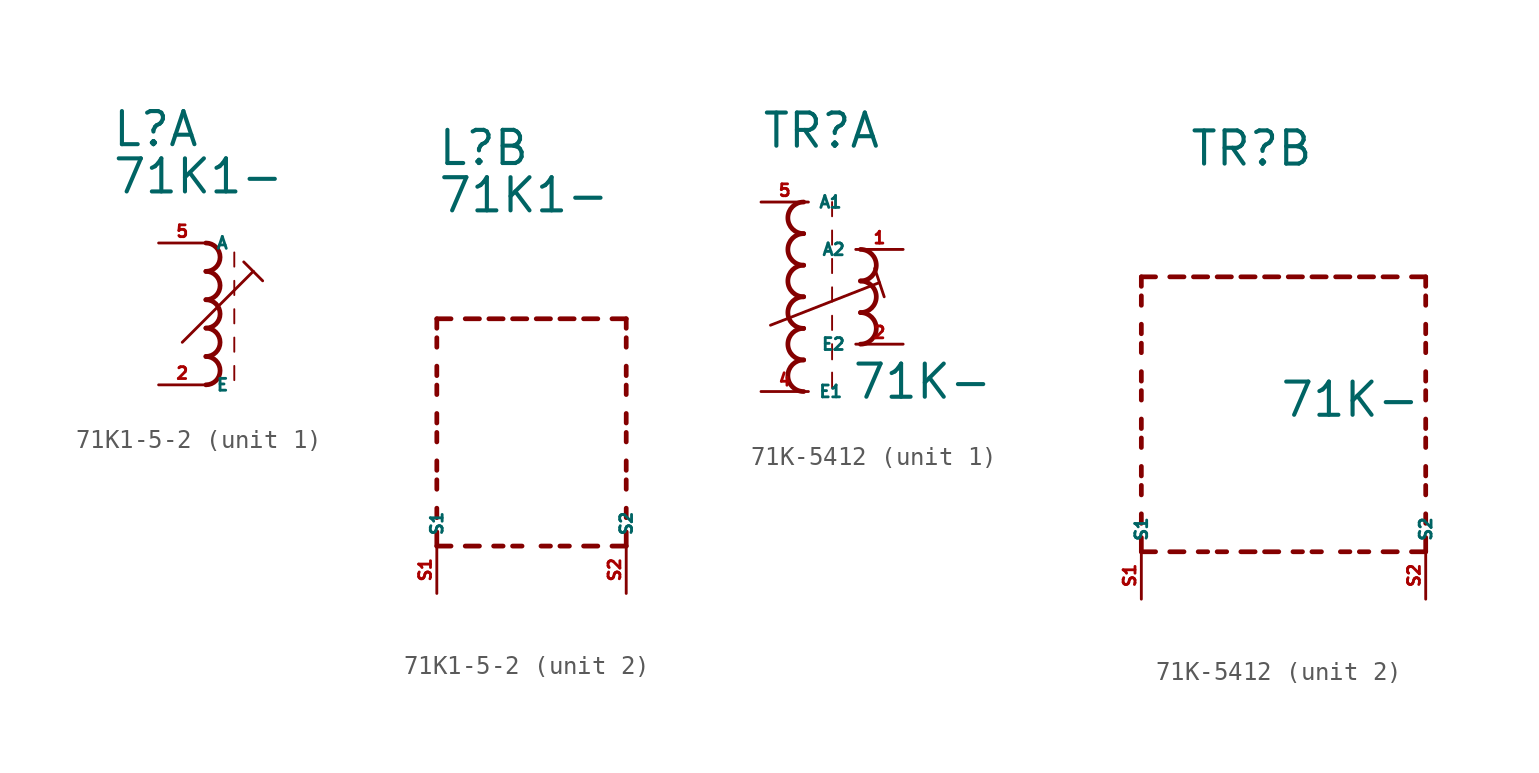
<source format=kicad_sym>
(kicad_symbol_lib
  (version 20220914)
  (generator kicad_symbol_editor)
  (symbol "71K1-5-2"
    (property "Reference" "L"
      (at -5.08 10.16 0)
      (effects (font (size 1.778 1.778) (thickness 0.22)) (justify left bottom)))
    (property "Value" "71K1-"
      (at -5.08 7.62 0)
      (effects (font (size 1.778 1.778) (thickness 0.22)) (justify left bottom)))
    (symbol "71K1-5-2_1_0"
      (arc (start 0 -2.54) (mid 0.7587 -1.778) (end 0 -1.016) (stroke (width 0.254) (type default)) (fill (type none)))
      (arc (start 0 -1.016) (mid 0.7587 -0.254) (end 0 0.508) (stroke (width 0.254) (type default)) (fill (type none)))
      (polyline (pts (xy -1.27 -0.254) (xy 2.54 3.556)) (stroke (width 0.152) (type default)) (fill (type none)))
      (polyline (pts (xy 1.524 -1.524) (xy 1.524 -2.286)) (stroke (width 0.102) (type default)) (fill (type none)))
      (polyline (pts (xy 1.524 0) (xy 1.524 -0.762)) (stroke (width 0.102) (type default)) (fill (type none)))
      (polyline (pts (xy 1.524 1.524) (xy 1.524 0.762)) (stroke (width 0.102) (type default)) (fill (type none)))
      (polyline (pts (xy 1.524 3.048) (xy 1.524 2.286)) (stroke (width 0.102) (type default)) (fill (type none)))
      (polyline (pts (xy 1.524 4.572) (xy 1.524 3.81)) (stroke (width 0.102) (type default)) (fill (type none)))
      (polyline (pts (xy 2.032 4.064) (xy 2.54 3.556)) (stroke (width 0.152) (type default)) (fill (type none)))
      (polyline (pts (xy 2.54 3.556) (xy 3.048 3.048)) (stroke (width 0.152) (type default)) (fill (type none)))
      (arc (start 0 0.508) (mid 0.7587 1.27) (end 0 2.032) (stroke (width 0.254) (type default)) (fill (type none)))
      (arc (start 0 2.032) (mid 0.7587 2.794) (end 0 3.556) (stroke (width 0.254) (type default)) (fill (type none)))
      (arc (start 0 3.556) (mid 0.7587 4.318) (end 0 5.08) (stroke (width 0.254) (type default)) (fill (type none)))
      (pin passive line (at -2.54 -2.54 0) (length 2.54) (name "E" (effects (font (size 0.635 0.635)))) (number "2" (effects (font (size 0.635 0.635)))))
      (pin passive line (at -2.54 5.08 0) (length 2.54) (name "A" (effects (font (size 0.635 0.635)))) (number "5" (effects (font (size 0.635 0.635))))))
    (symbol "71K1-5-2_2_0"
      (polyline (pts (xy -5.08 -10.16) (xy -5.08 -9.398)) (stroke (width 0.254) (type default)) (fill (type none)))
      (polyline (pts (xy -5.08 -10.16) (xy -4.318 -10.16)) (stroke (width 0.254) (type default)) (fill (type none)))
      (polyline (pts (xy -5.08 -8.636) (xy -5.08 -8.128)) (stroke (width 0.254) (type default)) (fill (type none)))
      (polyline (pts (xy -5.08 -7.112) (xy -5.08 -6.604)) (stroke (width 0.254) (type default)) (fill (type none)))
      (polyline (pts (xy -5.08 -6.096) (xy -5.08 -5.588)) (stroke (width 0.254) (type default)) (fill (type none)))
      (polyline (pts (xy -5.08 -4.572) (xy -5.08 -4.064)) (stroke (width 0.254) (type default)) (fill (type none)))
      (polyline (pts (xy -5.08 -3.556) (xy -5.08 -3.048)) (stroke (width 0.254) (type default)) (fill (type none)))
      (polyline (pts (xy -5.08 -2.032) (xy -5.08 -1.524)) (stroke (width 0.254) (type default)) (fill (type none)))
      (polyline (pts (xy -5.08 -1.016) (xy -5.08 -0.508)) (stroke (width 0.254) (type default)) (fill (type none)))
      (polyline (pts (xy -5.08 0.508) (xy -5.08 1.016)) (stroke (width 0.254) (type default)) (fill (type none)))
      (polyline (pts (xy -5.08 1.524) (xy -5.08 2.032)) (stroke (width 0.254) (type default)) (fill (type none)))
      (polyline (pts (xy -5.08 2.032) (xy -4.318 2.032)) (stroke (width 0.254) (type default)) (fill (type none)))
      (polyline (pts (xy -3.556 -10.16) (xy -2.794 -10.16)) (stroke (width 0.254) (type default)) (fill (type none)))
      (polyline (pts (xy -3.556 2.032) (xy -2.794 2.032)) (stroke (width 0.254) (type default)) (fill (type none)))
      (polyline (pts (xy -1.524 -10.16) (xy -2.032 -10.16)) (stroke (width 0.254) (type default)) (fill (type none)))
      (polyline (pts (xy -1.524 2.032) (xy -2.286 2.032)) (stroke (width 0.254) (type default)) (fill (type none)))
      (polyline (pts (xy -1.016 2.032) (xy -0.254 2.032)) (stroke (width 0.254) (type default)) (fill (type none)))
      (polyline (pts (xy -0.508 -10.16) (xy -1.016 -10.16)) (stroke (width 0.254) (type default)) (fill (type none)))
      (polyline (pts (xy 1.016 -10.16) (xy 0.508 -10.16)) (stroke (width 0.254) (type default)) (fill (type none)))
      (polyline (pts (xy 1.016 2.032) (xy 0.254 2.032)) (stroke (width 0.254) (type default)) (fill (type none)))
      (polyline (pts (xy 1.524 2.032) (xy 2.286 2.032)) (stroke (width 0.254) (type default)) (fill (type none)))
      (polyline (pts (xy 2.032 -10.16) (xy 1.524 -10.16)) (stroke (width 0.254) (type default)) (fill (type none)))
      (polyline (pts (xy 3.556 -10.16) (xy 2.794 -10.16)) (stroke (width 0.254) (type default)) (fill (type none)))
      (polyline (pts (xy 3.556 2.032) (xy 2.794 2.032)) (stroke (width 0.254) (type default)) (fill (type none)))
      (polyline (pts (xy 5.08 -10.16) (xy 4.318 -10.16)) (stroke (width 0.254) (type default)) (fill (type none)))
      (polyline (pts (xy 5.08 -10.16) (xy 5.08 -9.398)) (stroke (width 0.254) (type default)) (fill (type none)))
      (polyline (pts (xy 5.08 -8.636) (xy 5.08 -8.128)) (stroke (width 0.254) (type default)) (fill (type none)))
      (polyline (pts (xy 5.08 -7.112) (xy 5.08 -6.604)) (stroke (width 0.254) (type default)) (fill (type none)))
      (polyline (pts (xy 5.08 -6.096) (xy 5.08 -5.588)) (stroke (width 0.254) (type default)) (fill (type none)))
      (polyline (pts (xy 5.08 -4.572) (xy 5.08 -4.064)) (stroke (width 0.254) (type default)) (fill (type none)))
      (polyline (pts (xy 5.08 -3.556) (xy 5.08 -3.048)) (stroke (width 0.254) (type default)) (fill (type none)))
      (polyline (pts (xy 5.08 -2.032) (xy 5.08 -1.524)) (stroke (width 0.254) (type default)) (fill (type none)))
      (polyline (pts (xy 5.08 -1.016) (xy 5.08 -0.508)) (stroke (width 0.254) (type default)) (fill (type none)))
      (polyline (pts (xy 5.08 0.508) (xy 5.08 1.016)) (stroke (width 0.254) (type default)) (fill (type none)))
      (polyline (pts (xy 5.08 1.524) (xy 5.08 2.032)) (stroke (width 0.254) (type default)) (fill (type none)))
      (polyline (pts (xy 5.08 2.032) (xy 4.318 2.032)) (stroke (width 0.254) (type default)) (fill (type none)))
      (pin passive line (at -5.08 -12.7 90) (length 2.54) (name "S1" (effects (font (size 0.635 0.635)))) (number "S1" (effects (font (size 0.635 0.635)))))
      (pin passive line (at 5.08 -12.7 90) (length 2.54) (name "S2" (effects (font (size 0.635 0.635)))) (number "S2" (effects (font (size 0.635 0.635)))))))
  (symbol "71K-5412"
    (property "Reference" "TR"
      (at -2.54 7.874 0)
      (effects (font (size 1.778 1.778) (thickness 0.22)) (justify left bottom)))
    (property "Value" "71K-"
      (at 2.286 -5.588 0)
      (effects (font (size 1.778 1.778) (thickness 0.22)) (justify left bottom)))
    (symbol "71K-5412_1_0"
      (arc (start -0.254 -3.3866) (mid -1.1004 -4.2333) (end -0.254 -5.08) (stroke (width 0.254) (type default)) (fill (type none)))
      (arc (start -0.254 -1.6932) (mid -1.1004 -2.5399) (end -0.254 -3.3866) (stroke (width 0.254) (type default)) (fill (type none)))
      (arc (start -0.254 0) (mid -1.1004 -0.8467) (end -0.254 -1.6934) (stroke (width 0.254) (type default)) (fill (type none)))
      (arc (start -0.254 1.6934) (mid -1.1004 0.8467) (end -0.254 0) (stroke (width 0.254) (type default)) (fill (type none)))
      (arc (start -0.254 3.3866) (mid -1.1002 2.54) (end -0.254 1.6934) (stroke (width 0.254) (type default)) (fill (type none)))
      (arc (start -0.254 5.08) (mid -1.1004 4.2333) (end -0.254 3.3866) (stroke (width 0.254) (type default)) (fill (type none)))
      (polyline (pts (xy -2.032 -1.524) (xy 3.81 0.762)) (stroke (width 0.152) (type default)) (fill (type none)))
      (polyline (pts (xy 1.27 -4.064) (xy 1.27 -4.88)) (stroke (width 0.102) (type default)) (fill (type none)))
      (polyline (pts (xy 1.27 -2.54) (xy 1.27 -3.356)) (stroke (width 0.102) (type default)) (fill (type none)))
      (polyline (pts (xy 1.27 -1.016) (xy 1.27 -1.778)) (stroke (width 0.102) (type default)) (fill (type none)))
      (polyline (pts (xy 1.27 0.508) (xy 1.27 -0.254)) (stroke (width 0.102) (type default)) (fill (type none)))
      (polyline (pts (xy 1.27 2.032) (xy 1.27 1.27)) (stroke (width 0.102) (type default)) (fill (type none)))
      (polyline (pts (xy 1.27 3.556) (xy 1.27 2.794)) (stroke (width 0.102) (type default)) (fill (type none)))
      (polyline (pts (xy 1.27 5.08) (xy 1.27 4.318)) (stroke (width 0.102) (type default)) (fill (type none)))
      (polyline (pts (xy 3.556 1.524) (xy 4.064 0)) (stroke (width 0.152) (type default)) (fill (type none)))
      (arc (start 2.794 -2.54) (mid 3.6404 -1.6933) (end 2.794 -0.8466) (stroke (width 0.254) (type default)) (fill (type none)))
      (arc (start 2.794 -0.8466) (mid 3.6402 0) (end 2.794 0.8466) (stroke (width 0.254) (type default)) (fill (type none)))
      (arc (start 2.794 0.8466) (mid 3.6404 1.6933) (end 2.794 2.54) (stroke (width 0.254) (type default)) (fill (type none)))
      (pin passive line (at 5.08 2.54 180) (length 2.54) (name "A2" (effects (font (size 0.635 0.635)))) (number "1" (effects (font (size 0.635 0.635)))))
      (pin passive line (at 5.08 -2.54 180) (length 2.54) (name "E2" (effects (font (size 0.635 0.635)))) (number "2" (effects (font (size 0.635 0.635)))))
      (pin passive line (at -2.54 -5.08 0) (length 2.54) (name "E1" (effects (font (size 0.635 0.635)))) (number "4" (effects (font (size 0.635 0.635)))))
      (pin passive line (at -2.54 5.08 0) (length 2.54) (name "A1" (effects (font (size 0.635 0.635)))) (number "5" (effects (font (size 0.635 0.635))))))
    (symbol "71K-5412_2_0"
      (polyline (pts (xy -5.08 -12.7) (xy -5.08 -11.938)) (stroke (width 0.254) (type default)) (fill (type none)))
      (polyline (pts (xy -5.08 -12.7) (xy -4.318 -12.7)) (stroke (width 0.254) (type default)) (fill (type none)))
      (polyline (pts (xy -5.08 -11.176) (xy -5.08 -10.668)) (stroke (width 0.254) (type default)) (fill (type none)))
      (polyline (pts (xy -5.08 -9.652) (xy -5.08 -9.144)) (stroke (width 0.254) (type default)) (fill (type none)))
      (polyline (pts (xy -5.08 -8.636) (xy -5.08 -8.128)) (stroke (width 0.254) (type default)) (fill (type none)))
      (polyline (pts (xy -5.08 -7.112) (xy -5.08 -6.604)) (stroke (width 0.254) (type default)) (fill (type none)))
      (polyline (pts (xy -5.08 -6.096) (xy -5.08 -5.588)) (stroke (width 0.254) (type default)) (fill (type none)))
      (polyline (pts (xy -5.08 -4.572) (xy -5.08 -4.064)) (stroke (width 0.254) (type default)) (fill (type none)))
      (polyline (pts (xy -5.08 -3.556) (xy -5.08 -3.048)) (stroke (width 0.254) (type default)) (fill (type none)))
      (polyline (pts (xy -5.08 -2.032) (xy -5.08 -1.524)) (stroke (width 0.254) (type default)) (fill (type none)))
      (polyline (pts (xy -5.08 -1.016) (xy -5.08 -0.508)) (stroke (width 0.254) (type default)) (fill (type none)))
      (polyline (pts (xy -5.08 0.508) (xy -5.08 1.016)) (stroke (width 0.254) (type default)) (fill (type none)))
      (polyline (pts (xy -5.08 1.524) (xy -5.08 2.032)) (stroke (width 0.254) (type default)) (fill (type none)))
      (polyline (pts (xy -5.08 2.032) (xy -4.318 2.032)) (stroke (width 0.254) (type default)) (fill (type none)))
      (polyline (pts (xy -3.556 -12.7) (xy -2.794 -12.7)) (stroke (width 0.254) (type default)) (fill (type none)))
      (polyline (pts (xy -3.556 2.032) (xy -2.794 2.032)) (stroke (width 0.254) (type default)) (fill (type none)))
      (polyline (pts (xy -1.524 -12.7) (xy -2.032 -12.7)) (stroke (width 0.254) (type default)) (fill (type none)))
      (polyline (pts (xy -1.524 2.032) (xy -2.286 2.032)) (stroke (width 0.254) (type default)) (fill (type none)))
      (polyline (pts (xy -1.016 2.032) (xy -0.254 2.032)) (stroke (width 0.254) (type default)) (fill (type none)))
      (polyline (pts (xy -0.508 -12.7) (xy -1.016 -12.7)) (stroke (width 0.254) (type default)) (fill (type none)))
      (polyline (pts (xy 1.016 -12.7) (xy 0.254 -12.7)) (stroke (width 0.254) (type default)) (fill (type none)))
      (polyline (pts (xy 1.016 2.032) (xy 0.254 2.032)) (stroke (width 0.254) (type default)) (fill (type none)))
      (polyline (pts (xy 1.524 -12.7) (xy 2.286 -12.7)) (stroke (width 0.254) (type default)) (fill (type none)))
      (polyline (pts (xy 1.524 2.032) (xy 2.286 2.032)) (stroke (width 0.254) (type default)) (fill (type none)))
      (polyline (pts (xy 3.556 -12.7) (xy 3.048 -12.7)) (stroke (width 0.254) (type default)) (fill (type none)))
      (polyline (pts (xy 3.556 2.032) (xy 2.794 2.032)) (stroke (width 0.254) (type default)) (fill (type none)))
      (polyline (pts (xy 4.064 2.032) (xy 4.826 2.032)) (stroke (width 0.254) (type default)) (fill (type none)))
      (polyline (pts (xy 4.572 -12.7) (xy 4.064 -12.7)) (stroke (width 0.254) (type default)) (fill (type none)))
      (polyline (pts (xy 6.096 -12.7) (xy 5.588 -12.7)) (stroke (width 0.254) (type default)) (fill (type none)))
      (polyline (pts (xy 6.096 2.032) (xy 5.334 2.032)) (stroke (width 0.254) (type default)) (fill (type none)))
      (polyline (pts (xy 6.604 2.032) (xy 7.366 2.032)) (stroke (width 0.254) (type default)) (fill (type none)))
      (polyline (pts (xy 7.112 -12.7) (xy 6.604 -12.7)) (stroke (width 0.254) (type default)) (fill (type none)))
      (polyline (pts (xy 8.636 -12.7) (xy 7.874 -12.7)) (stroke (width 0.254) (type default)) (fill (type none)))
      (polyline (pts (xy 8.636 2.032) (xy 7.874 2.032)) (stroke (width 0.254) (type default)) (fill (type none)))
      (polyline (pts (xy 10.16 -12.7) (xy 9.398 -12.7)) (stroke (width 0.254) (type default)) (fill (type none)))
      (polyline (pts (xy 10.16 -12.7) (xy 10.16 -11.938)) (stroke (width 0.254) (type default)) (fill (type none)))
      (polyline (pts (xy 10.16 -11.176) (xy 10.16 -10.668)) (stroke (width 0.254) (type default)) (fill (type none)))
      (polyline (pts (xy 10.16 -9.652) (xy 10.16 -9.144)) (stroke (width 0.254) (type default)) (fill (type none)))
      (polyline (pts (xy 10.16 -8.636) (xy 10.16 -8.128)) (stroke (width 0.254) (type default)) (fill (type none)))
      (polyline (pts (xy 10.16 -7.112) (xy 10.16 -6.604)) (stroke (width 0.254) (type default)) (fill (type none)))
      (polyline (pts (xy 10.16 -6.096) (xy 10.16 -5.588)) (stroke (width 0.254) (type default)) (fill (type none)))
      (polyline (pts (xy 10.16 -4.572) (xy 10.16 -4.064)) (stroke (width 0.254) (type default)) (fill (type none)))
      (polyline (pts (xy 10.16 -3.556) (xy 10.16 -3.048)) (stroke (width 0.254) (type default)) (fill (type none)))
      (polyline (pts (xy 10.16 -2.032) (xy 10.16 -1.524)) (stroke (width 0.254) (type default)) (fill (type none)))
      (polyline (pts (xy 10.16 -1.016) (xy 10.16 -0.508)) (stroke (width 0.254) (type default)) (fill (type none)))
      (polyline (pts (xy 10.16 0.508) (xy 10.16 1.016)) (stroke (width 0.254) (type default)) (fill (type none)))
      (polyline (pts (xy 10.16 1.524) (xy 10.16 2.032)) (stroke (width 0.254) (type default)) (fill (type none)))
      (polyline (pts (xy 10.16 2.032) (xy 9.398 2.032)) (stroke (width 0.254) (type default)) (fill (type none)))
      (pin passive line (at -5.08 -15.24 90) (length 2.54) (name "S1" (effects (font (size 0.635 0.635)))) (number "S1" (effects (font (size 0.635 0.635)))))
      (pin passive line (at 10.16 -15.24 90) (length 2.54) (name "S2" (effects (font (size 0.635 0.635)))) (number "S2" (effects (font (size 0.635 0.635))))))))
</source>
